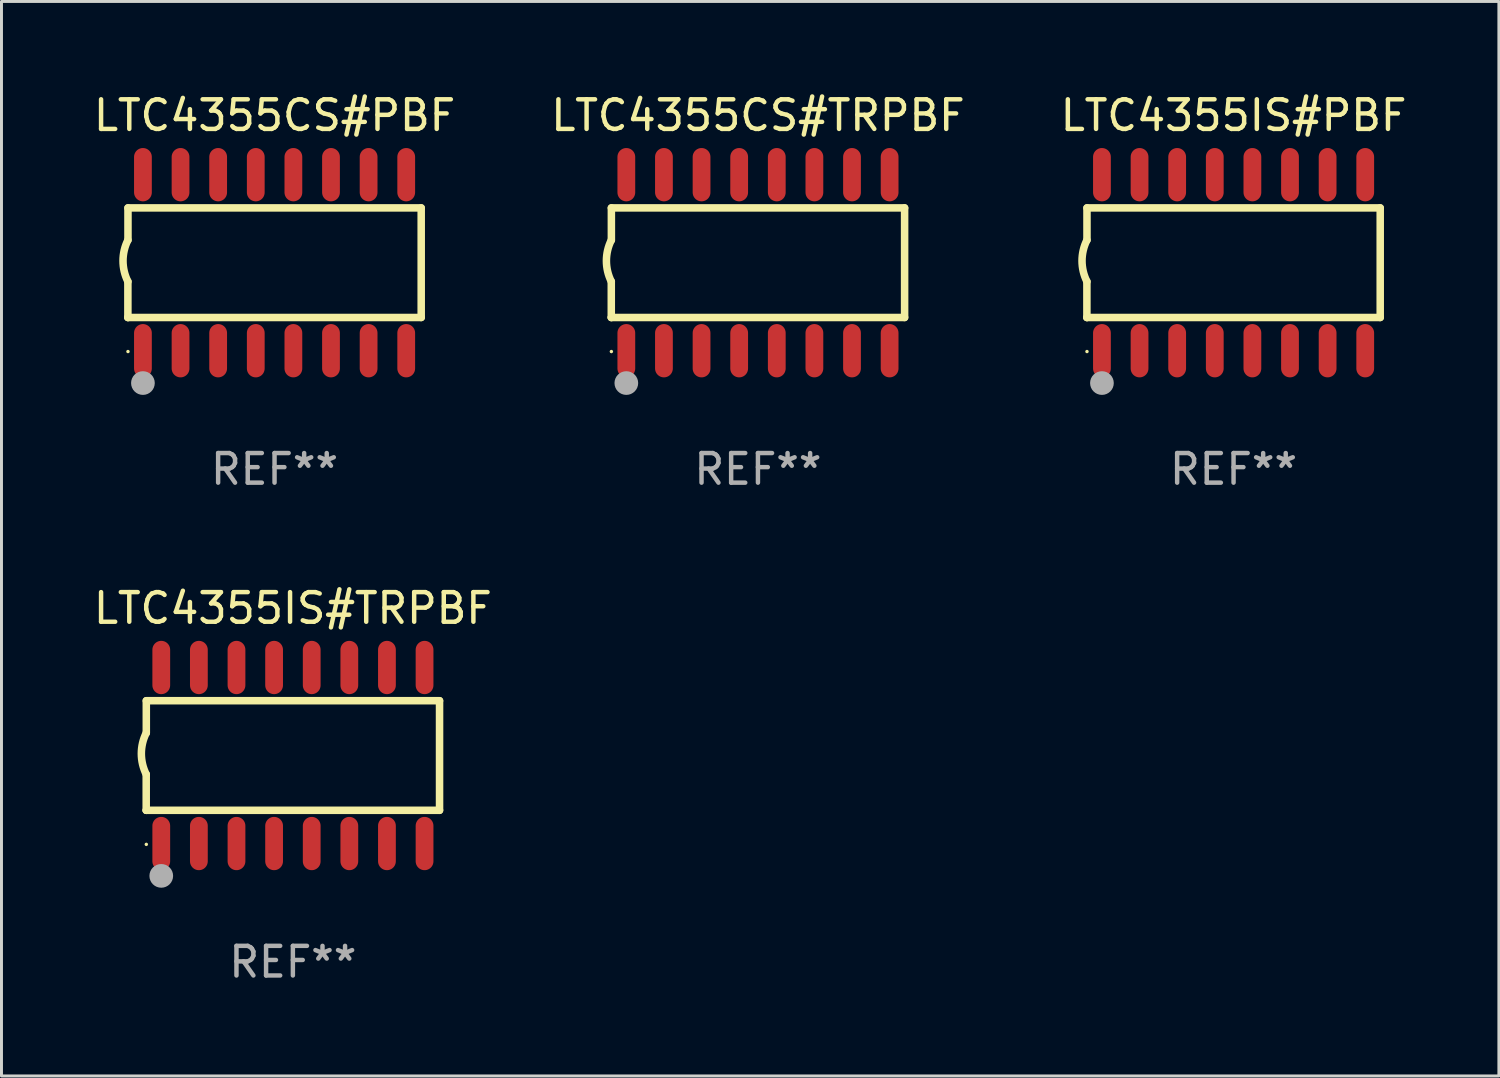
<source format=kicad_pcb>
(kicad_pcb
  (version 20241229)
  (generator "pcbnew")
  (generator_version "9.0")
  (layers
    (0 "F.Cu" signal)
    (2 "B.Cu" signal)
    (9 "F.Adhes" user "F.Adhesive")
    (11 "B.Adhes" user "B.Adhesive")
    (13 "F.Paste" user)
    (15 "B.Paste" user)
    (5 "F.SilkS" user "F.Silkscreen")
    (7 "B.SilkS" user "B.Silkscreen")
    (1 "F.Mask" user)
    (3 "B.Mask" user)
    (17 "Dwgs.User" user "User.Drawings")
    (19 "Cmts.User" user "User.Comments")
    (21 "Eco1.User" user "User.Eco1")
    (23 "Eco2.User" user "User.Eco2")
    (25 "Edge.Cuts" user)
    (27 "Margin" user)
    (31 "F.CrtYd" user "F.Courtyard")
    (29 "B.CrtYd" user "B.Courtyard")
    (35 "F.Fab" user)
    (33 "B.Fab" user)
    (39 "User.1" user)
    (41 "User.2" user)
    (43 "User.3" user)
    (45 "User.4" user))
  (footprint "LTC4355CS#PBF"
    (layer "F.Cu")
    (at 6.22 5.82)
    (property "Reference" "LTC4355CS#PBF" (at 0 -4.972 0) (layer "F.SilkS") (effects (font (size 1 1) (thickness 0.15))))
    (attr through_hole)
    (fp_line (start -4.952 0.635) (end -4.952 1.85) (stroke (width 0.254) (type solid)) (layer "F.SilkS"))
    (fp_line (start -4.952 1.85) (end -4.949 1.85) (stroke (width 0.254) (type solid)) (layer "F.SilkS"))
    (fp_line (start -4.949 -1.85) (end -4.949 -0.762) (stroke (width 0.254) (type solid)) (layer "F.SilkS"))
    (fp_line (start -4.949 1.85) (end 4.952 1.85) (stroke (width 0.254) (type solid)) (layer "F.SilkS"))
    (fp_line (start 4.952 -1.85) (end -4.949 -1.85) (stroke (width 0.254) (type solid)) (layer "F.SilkS"))
    (fp_line (start 4.952 1.85) (end 4.952 -1.85) (stroke (width 0.254) (type solid)) (layer "F.SilkS"))
    (fp_arc (start -4.951524 0.635001) (mid -5.116418 -0.0635) (end -4.951524 -0.762002) (stroke (width 0.254001) (type solid)) (layer "F.SilkS"))
    (fp_circle (center -4.949 3) (end -4.919 3) (stroke (width 0.06) (type solid)) (fill no) (layer "F.SilkS"))
    (fp_circle (center -4.444 4.064) (end -4.244 4.064) (stroke (width 0.4) (type solid)) (fill no) (layer "F.Fab"))
    (fp_text user "REF**" (at 0 6.972 0) (layer "F.Fab") (effects (font (size 1 1) (thickness 0.15))))
    (pad "1" smd oval (at -4.444 2.972 180) (size 0.6 1.8) (layers "F.Cu" "F.Mask" "F.Paste"))
    (pad "2" smd oval (at -3.174 2.972 180) (size 0.6 1.8) (layers "F.Cu" "F.Mask" "F.Paste"))
    (pad "3" smd oval (at -1.904 2.972 180) (size 0.6 1.8) (layers "F.Cu" "F.Mask" "F.Paste"))
    (pad "4" smd oval (at -0.634 2.972 180) (size 0.6 1.8) (layers "F.Cu" "F.Mask" "F.Paste"))
    (pad "5" smd oval (at 0.636 2.972 180) (size 0.6 1.8) (layers "F.Cu" "F.Mask" "F.Paste"))
    (pad "6" smd oval (at 1.906 2.972 180) (size 0.6 1.8) (layers "F.Cu" "F.Mask" "F.Paste"))
    (pad "7" smd oval (at 3.176 2.972 180) (size 0.6 1.8) (layers "F.Cu" "F.Mask" "F.Paste"))
    (pad "8" smd oval (at 4.446 2.972 180) (size 0.6 1.8) (layers "F.Cu" "F.Mask" "F.Paste"))
    (pad "9" smd oval (at 4.446 -2.972 180) (size 0.6 1.8) (layers "F.Cu" "F.Mask" "F.Paste"))
    (pad "10" smd oval (at 3.176 -2.972 180) (size 0.6 1.8) (layers "F.Cu" "F.Mask" "F.Paste"))
    (pad "11" smd oval (at 1.906 -2.972 180) (size 0.6 1.8) (layers "F.Cu" "F.Mask" "F.Paste"))
    (pad "12" smd oval (at 0.636 -2.972 180) (size 0.6 1.8) (layers "F.Cu" "F.Mask" "F.Paste"))
    (pad "13" smd oval (at -0.634 -2.972 180) (size 0.6 1.8) (layers "F.Cu" "F.Mask" "F.Paste"))
    (pad "14" smd oval (at -1.904 -2.972 180) (size 0.6 1.8) (layers "F.Cu" "F.Mask" "F.Paste"))
    (pad "15" smd oval (at -3.174 -2.972 180) (size 0.6 1.8) (layers "F.Cu" "F.Mask" "F.Paste"))
    (pad "16" smd oval (at -4.444 -2.972 180) (size 0.6 1.8) (layers "F.Cu" "F.Mask" "F.Paste")))
  (footprint "LTC4355CS#TRPBF"
    (layer "F.Cu")
    (at 22.542 5.82)
    (property "Reference" "LTC4355CS#TRPBF" (at 0 -4.972 0) (layer "F.SilkS") (effects (font (size 1 1) (thickness 0.15))))
    (attr through_hole)
    (fp_line (start -4.952 0.635) (end -4.952 1.85) (stroke (width 0.254) (type solid)) (layer "F.SilkS"))
    (fp_line (start -4.952 1.85) (end -4.949 1.85) (stroke (width 0.254) (type solid)) (layer "F.SilkS"))
    (fp_line (start -4.949 -1.85) (end -4.949 -0.762) (stroke (width 0.254) (type solid)) (layer "F.SilkS"))
    (fp_line (start -4.949 1.85) (end 4.952 1.85) (stroke (width 0.254) (type solid)) (layer "F.SilkS"))
    (fp_line (start 4.952 -1.85) (end -4.949 -1.85) (stroke (width 0.254) (type solid)) (layer "F.SilkS"))
    (fp_line (start 4.952 1.85) (end 4.952 -1.85) (stroke (width 0.254) (type solid)) (layer "F.SilkS"))
    (fp_arc (start -4.951524 0.635001) (mid -5.116418 -0.0635) (end -4.951524 -0.762002) (stroke (width 0.254001) (type solid)) (layer "F.SilkS"))
    (fp_circle (center -4.949 3) (end -4.919 3) (stroke (width 0.06) (type solid)) (fill no) (layer "F.SilkS"))
    (fp_circle (center -4.444 4.064) (end -4.244 4.064) (stroke (width 0.4) (type solid)) (fill no) (layer "F.Fab"))
    (fp_text user "REF**" (at 0 6.972 0) (layer "F.Fab") (effects (font (size 1 1) (thickness 0.15))))
    (pad "1" smd oval (at -4.444 2.972 180) (size 0.6 1.8) (layers "F.Cu" "F.Mask" "F.Paste"))
    (pad "2" smd oval (at -3.174 2.972 180) (size 0.6 1.8) (layers "F.Cu" "F.Mask" "F.Paste"))
    (pad "3" smd oval (at -1.904 2.972 180) (size 0.6 1.8) (layers "F.Cu" "F.Mask" "F.Paste"))
    (pad "4" smd oval (at -0.634 2.972 180) (size 0.6 1.8) (layers "F.Cu" "F.Mask" "F.Paste"))
    (pad "5" smd oval (at 0.636 2.972 180) (size 0.6 1.8) (layers "F.Cu" "F.Mask" "F.Paste"))
    (pad "6" smd oval (at 1.906 2.972 180) (size 0.6 1.8) (layers "F.Cu" "F.Mask" "F.Paste"))
    (pad "7" smd oval (at 3.176 2.972 180) (size 0.6 1.8) (layers "F.Cu" "F.Mask" "F.Paste"))
    (pad "8" smd oval (at 4.446 2.972 180) (size 0.6 1.8) (layers "F.Cu" "F.Mask" "F.Paste"))
    (pad "9" smd oval (at 4.446 -2.972 180) (size 0.6 1.8) (layers "F.Cu" "F.Mask" "F.Paste"))
    (pad "10" smd oval (at 3.176 -2.972 180) (size 0.6 1.8) (layers "F.Cu" "F.Mask" "F.Paste"))
    (pad "11" smd oval (at 1.906 -2.972 180) (size 0.6 1.8) (layers "F.Cu" "F.Mask" "F.Paste"))
    (pad "12" smd oval (at 0.636 -2.972 180) (size 0.6 1.8) (layers "F.Cu" "F.Mask" "F.Paste"))
    (pad "13" smd oval (at -0.634 -2.972 180) (size 0.6 1.8) (layers "F.Cu" "F.Mask" "F.Paste"))
    (pad "14" smd oval (at -1.904 -2.972 180) (size 0.6 1.8) (layers "F.Cu" "F.Mask" "F.Paste"))
    (pad "15" smd oval (at -3.174 -2.972 180) (size 0.6 1.8) (layers "F.Cu" "F.Mask" "F.Paste"))
    (pad "16" smd oval (at -4.444 -2.972 180) (size 0.6 1.8) (layers "F.Cu" "F.Mask" "F.Paste")))
  (footprint "LTC4355IS#TRPBF"
    (layer "F.Cu")
    (at 6.839 22.46)
    (property "Reference" "LTC4355IS#TRPBF" (at 0 -4.972 0) (layer "F.SilkS") (effects (font (size 1 1) (thickness 0.15))))
    (attr through_hole)
    (fp_line (start -4.952 0.635) (end -4.952 1.85) (stroke (width 0.254) (type solid)) (layer "F.SilkS"))
    (fp_line (start -4.952 1.85) (end -4.949 1.85) (stroke (width 0.254) (type solid)) (layer "F.SilkS"))
    (fp_line (start -4.949 -1.85) (end -4.949 -0.762) (stroke (width 0.254) (type solid)) (layer "F.SilkS"))
    (fp_line (start -4.949 1.85) (end 4.952 1.85) (stroke (width 0.254) (type solid)) (layer "F.SilkS"))
    (fp_line (start 4.952 -1.85) (end -4.949 -1.85) (stroke (width 0.254) (type solid)) (layer "F.SilkS"))
    (fp_line (start 4.952 1.85) (end 4.952 -1.85) (stroke (width 0.254) (type solid)) (layer "F.SilkS"))
    (fp_arc (start -4.951524 0.635001) (mid -5.116418 -0.0635) (end -4.951524 -0.762002) (stroke (width 0.254001) (type solid)) (layer "F.SilkS"))
    (fp_circle (center -4.949 3) (end -4.919 3) (stroke (width 0.06) (type solid)) (fill no) (layer "F.SilkS"))
    (fp_circle (center -4.444 4.064) (end -4.244 4.064) (stroke (width 0.4) (type solid)) (fill no) (layer "F.Fab"))
    (fp_text user "REF**" (at 0 6.972 0) (layer "F.Fab") (effects (font (size 1 1) (thickness 0.15))))
    (pad "1" smd oval (at -4.444 2.972 180) (size 0.6 1.8) (layers "F.Cu" "F.Mask" "F.Paste"))
    (pad "2" smd oval (at -3.174 2.972 180) (size 0.6 1.8) (layers "F.Cu" "F.Mask" "F.Paste"))
    (pad "3" smd oval (at -1.904 2.972 180) (size 0.6 1.8) (layers "F.Cu" "F.Mask" "F.Paste"))
    (pad "4" smd oval (at -0.634 2.972 180) (size 0.6 1.8) (layers "F.Cu" "F.Mask" "F.Paste"))
    (pad "5" smd oval (at 0.636 2.972 180) (size 0.6 1.8) (layers "F.Cu" "F.Mask" "F.Paste"))
    (pad "6" smd oval (at 1.906 2.972 180) (size 0.6 1.8) (layers "F.Cu" "F.Mask" "F.Paste"))
    (pad "7" smd oval (at 3.176 2.972 180) (size 0.6 1.8) (layers "F.Cu" "F.Mask" "F.Paste"))
    (pad "8" smd oval (at 4.446 2.972 180) (size 0.6 1.8) (layers "F.Cu" "F.Mask" "F.Paste"))
    (pad "9" smd oval (at 4.446 -2.972 180) (size 0.6 1.8) (layers "F.Cu" "F.Mask" "F.Paste"))
    (pad "10" smd oval (at 3.176 -2.972 180) (size 0.6 1.8) (layers "F.Cu" "F.Mask" "F.Paste"))
    (pad "11" smd oval (at 1.906 -2.972 180) (size 0.6 1.8) (layers "F.Cu" "F.Mask" "F.Paste"))
    (pad "12" smd oval (at 0.636 -2.972 180) (size 0.6 1.8) (layers "F.Cu" "F.Mask" "F.Paste"))
    (pad "13" smd oval (at -0.634 -2.972 180) (size 0.6 1.8) (layers "F.Cu" "F.Mask" "F.Paste"))
    (pad "14" smd oval (at -1.904 -2.972 180) (size 0.6 1.8) (layers "F.Cu" "F.Mask" "F.Paste"))
    (pad "15" smd oval (at -3.174 -2.972 180) (size 0.6 1.8) (layers "F.Cu" "F.Mask" "F.Paste"))
    (pad "16" smd oval (at -4.444 -2.972 180) (size 0.6 1.8) (layers "F.Cu" "F.Mask" "F.Paste")))
  (footprint "LTC4355IS#PBF"
    (layer "F.Cu")
    (at 38.601 5.82)
    (property "Reference" "LTC4355IS#PBF" (at 0 -4.972 0) (layer "F.SilkS") (effects (font (size 1 1) (thickness 0.15))))
    (attr through_hole)
    (fp_line (start -4.952 0.635) (end -4.952 1.85) (stroke (width 0.254) (type solid)) (layer "F.SilkS"))
    (fp_line (start -4.952 1.85) (end -4.949 1.85) (stroke (width 0.254) (type solid)) (layer "F.SilkS"))
    (fp_line (start -4.949 -1.85) (end -4.949 -0.762) (stroke (width 0.254) (type solid)) (layer "F.SilkS"))
    (fp_line (start -4.949 1.85) (end 4.952 1.85) (stroke (width 0.254) (type solid)) (layer "F.SilkS"))
    (fp_line (start 4.952 -1.85) (end -4.949 -1.85) (stroke (width 0.254) (type solid)) (layer "F.SilkS"))
    (fp_line (start 4.952 1.85) (end 4.952 -1.85) (stroke (width 0.254) (type solid)) (layer "F.SilkS"))
    (fp_arc (start -4.951524 0.635001) (mid -5.116418 -0.0635) (end -4.951524 -0.762002) (stroke (width 0.254001) (type solid)) (layer "F.SilkS"))
    (fp_circle (center -4.949 3) (end -4.919 3) (stroke (width 0.06) (type solid)) (fill no) (layer "F.SilkS"))
    (fp_circle (center -4.444 4.064) (end -4.244 4.064) (stroke (width 0.4) (type solid)) (fill no) (layer "F.Fab"))
    (fp_text user "REF**" (at 0 6.972 0) (layer "F.Fab") (effects (font (size 1 1) (thickness 0.15))))
    (pad "1" smd oval (at -4.444 2.972 180) (size 0.6 1.8) (layers "F.Cu" "F.Mask" "F.Paste"))
    (pad "2" smd oval (at -3.174 2.972 180) (size 0.6 1.8) (layers "F.Cu" "F.Mask" "F.Paste"))
    (pad "3" smd oval (at -1.904 2.972 180) (size 0.6 1.8) (layers "F.Cu" "F.Mask" "F.Paste"))
    (pad "4" smd oval (at -0.634 2.972 180) (size 0.6 1.8) (layers "F.Cu" "F.Mask" "F.Paste"))
    (pad "5" smd oval (at 0.636 2.972 180) (size 0.6 1.8) (layers "F.Cu" "F.Mask" "F.Paste"))
    (pad "6" smd oval (at 1.906 2.972 180) (size 0.6 1.8) (layers "F.Cu" "F.Mask" "F.Paste"))
    (pad "7" smd oval (at 3.176 2.972 180) (size 0.6 1.8) (layers "F.Cu" "F.Mask" "F.Paste"))
    (pad "8" smd oval (at 4.446 2.972 180) (size 0.6 1.8) (layers "F.Cu" "F.Mask" "F.Paste"))
    (pad "9" smd oval (at 4.446 -2.972 180) (size 0.6 1.8) (layers "F.Cu" "F.Mask" "F.Paste"))
    (pad "10" smd oval (at 3.176 -2.972 180) (size 0.6 1.8) (layers "F.Cu" "F.Mask" "F.Paste"))
    (pad "11" smd oval (at 1.906 -2.972 180) (size 0.6 1.8) (layers "F.Cu" "F.Mask" "F.Paste"))
    (pad "12" smd oval (at 0.636 -2.972 180) (size 0.6 1.8) (layers "F.Cu" "F.Mask" "F.Paste"))
    (pad "13" smd oval (at -0.634 -2.972 180) (size 0.6 1.8) (layers "F.Cu" "F.Mask" "F.Paste"))
    (pad "14" smd oval (at -1.904 -2.972 180) (size 0.6 1.8) (layers "F.Cu" "F.Mask" "F.Paste"))
    (pad "15" smd oval (at -3.174 -2.972 180) (size 0.6 1.8) (layers "F.Cu" "F.Mask" "F.Paste"))
    (pad "16" smd oval (at -4.444 -2.972 180) (size 0.6 1.8) (layers "F.Cu" "F.Mask" "F.Paste")))
  (gr_rect
    (start -3 -3)
    (end 47.56 33.28)
    (stroke (width 0.1) (type default))
    (fill no)
    (layer "Edge.Cuts")))
</source>
